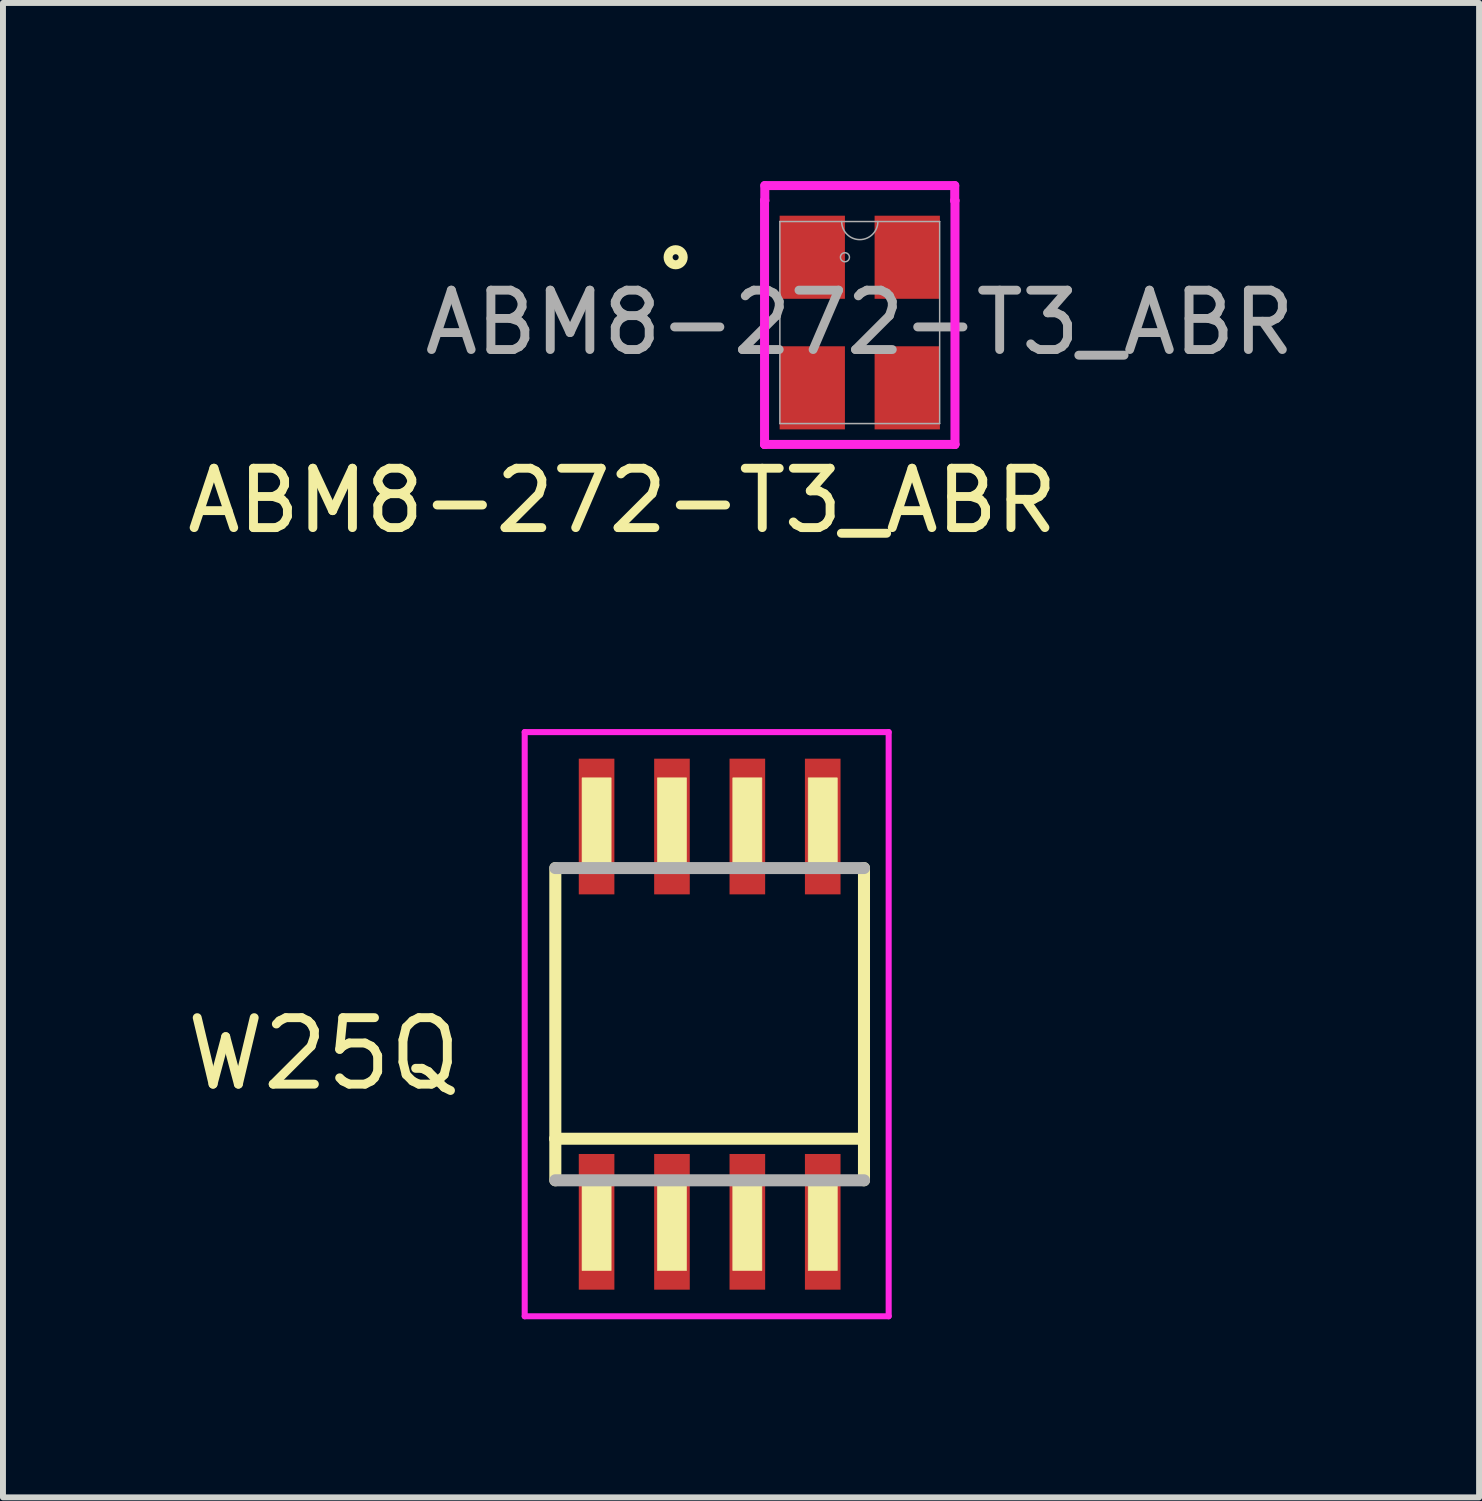
<source format=kicad_pcb>
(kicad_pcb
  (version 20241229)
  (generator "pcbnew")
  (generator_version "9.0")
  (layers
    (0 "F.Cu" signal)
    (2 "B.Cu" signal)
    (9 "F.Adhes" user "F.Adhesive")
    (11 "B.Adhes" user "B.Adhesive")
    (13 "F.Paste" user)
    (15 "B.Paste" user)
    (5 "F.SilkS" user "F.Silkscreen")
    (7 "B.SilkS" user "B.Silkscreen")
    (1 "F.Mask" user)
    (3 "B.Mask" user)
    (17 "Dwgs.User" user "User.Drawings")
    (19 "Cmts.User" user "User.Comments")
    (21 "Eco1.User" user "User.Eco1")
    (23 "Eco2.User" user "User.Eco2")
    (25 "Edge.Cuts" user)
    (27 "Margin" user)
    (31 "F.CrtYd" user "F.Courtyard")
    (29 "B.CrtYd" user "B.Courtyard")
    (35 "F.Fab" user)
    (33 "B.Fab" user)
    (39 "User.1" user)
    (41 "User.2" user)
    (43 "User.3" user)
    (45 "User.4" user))
  (footprint "W25Q"
    (layer "F.Cu")
    (at 8.906 14.205)
    (property "Reference" "W25Q" (at -6.5 0.5 180) (layer "F.SilkS") (effects (font (size 1.12 1.12) (thickness 0.15))))
    (attr smd)
    (fp_line (start -2.6 1.93) (end -2.6 -2.63) (stroke (width 0.203) (type solid)) (layer "F.SilkS"))
    (fp_line (start -2.6 2.63) (end -2.6 1.93) (stroke (width 0.203) (type solid)) (layer "F.SilkS"))
    (fp_line (start 2.6 -2.63) (end 2.6 1.93) (stroke (width 0.203) (type solid)) (layer "F.SilkS"))
    (fp_line (start 2.6 1.93) (end -2.6 1.93) (stroke (width 0.203) (type solid)) (layer "F.SilkS"))
    (fp_line (start 2.6 1.93) (end 2.6 2.63) (stroke (width 0.203) (type solid)) (layer "F.SilkS"))
    (fp_poly (pts (xy -2.15 -4.15) (xy -1.66 -4.15) (xy -1.66 -2.63) (xy -2.15 -2.63)) (stroke (width 0.01) (type solid)) (fill yes) (layer "F.SilkS"))
    (fp_poly (pts (xy -2.15 2.63) (xy -1.66 2.63) (xy -1.66 4.15) (xy -2.15 4.15)) (stroke (width 0.01) (type solid)) (fill yes) (layer "F.SilkS"))
    (fp_poly (pts (xy -0.88 -4.15) (xy -0.39 -4.15) (xy -0.39 -2.63) (xy -0.88 -2.63)) (stroke (width 0.01) (type solid)) (fill yes) (layer "F.SilkS"))
    (fp_poly (pts (xy -0.88 2.63) (xy -0.39 2.63) (xy -0.39 4.15) (xy -0.88 4.15)) (stroke (width 0.01) (type solid)) (fill yes) (layer "F.SilkS"))
    (fp_poly (pts (xy 0.39 -4.15) (xy 0.88 -4.15) (xy 0.88 -2.63) (xy 0.39 -2.63)) (stroke (width 0.01) (type solid)) (fill yes) (layer "F.SilkS"))
    (fp_poly (pts (xy 0.39 2.63) (xy 0.88 2.63) (xy 0.88 4.15) (xy 0.39 4.15)) (stroke (width 0.01) (type solid)) (fill yes) (layer "F.SilkS"))
    (fp_poly (pts (xy 1.66 -4.15) (xy 2.15 -4.15) (xy 2.15 -2.63) (xy 1.66 -2.63)) (stroke (width 0.01) (type solid)) (fill yes) (layer "F.SilkS"))
    (fp_poly (pts (xy 1.66 2.63) (xy 2.15 2.63) (xy 2.15 4.15) (xy 1.66 4.15)) (stroke (width 0.01) (type solid)) (fill yes) (layer "F.SilkS"))
    (fp_line (start -3.116 -4.921) (end -3.116 4.921) (stroke (width 0.102) (type solid)) (layer "F.CrtYd"))
    (fp_line (start -3.116 4.921) (end 3.016 4.921) (stroke (width 0.102) (type solid)) (layer "F.CrtYd"))
    (fp_line (start 3.016 -4.921) (end -3.116 -4.921) (stroke (width 0.102) (type solid)) (layer "F.CrtYd"))
    (fp_line (start 3.016 4.921) (end 3.016 -4.921) (stroke (width 0.102) (type solid)) (layer "F.CrtYd"))
    (fp_line (start -2.6 -2.63) (end 2.6 -2.63) (stroke (width 0.203) (type solid)) (layer "F.Fab"))
    (fp_line (start 2.6 2.63) (end -2.6 2.63) (stroke (width 0.203) (type solid)) (layer "F.Fab"))
    (pad "1" smd rect (at -1.905 3.33) (size 0.6 2.286) (layers "F.Cu" "F.Mask" "F.Paste"))
    (pad "2" smd rect (at -0.635 3.33) (size 0.6 2.286) (layers "F.Cu" "F.Mask" "F.Paste"))
    (pad "3" smd rect (at 0.635 3.33) (size 0.6 2.286) (layers "F.Cu" "F.Mask" "F.Paste"))
    (pad "4" smd rect (at 1.905 3.33) (size 0.6 2.286) (layers "F.Cu" "F.Mask" "F.Paste"))
    (pad "5" smd rect (at 1.905 -3.33) (size 0.6 2.286) (layers "F.Cu" "F.Mask" "F.Paste"))
    (pad "6" smd rect (at 0.635 -3.33) (size 0.6 2.286) (layers "F.Cu" "F.Mask" "F.Paste"))
    (pad "7" smd rect (at -0.635 -3.33) (size 0.6 2.286) (layers "F.Cu" "F.Mask" "F.Paste"))
    (pad "8" smd rect (at -1.905 -3.33) (size 0.6 2.286) (layers "F.Cu" "F.Mask" "F.Paste")))
  (footprint "ABM8-272-T3_ABR"
    (layer "F.Cu")
    (at 11.435 2.384)
    (property "Reference" "ABM8-272-T3_ABR" (at -4 3 0) (unlocked yes) (layer "F.SilkS") (effects (font (size 1 1) (thickness 0.15))))
    (attr smd)
    (fp_circle (center -3.102 -1.1) (end -2.975 -1.1) (stroke (width 0.152) (type solid)) (fill no) (layer "F.SilkS"))
    (fp_line (start -1.604 -2.054) (end -1.6 -2.054) (stroke (width 0.152) (type solid)) (layer "F.CrtYd"))
    (fp_line (start -1.604 2.054) (end -1.604 -2.054) (stroke (width 0.152) (type solid)) (layer "F.CrtYd"))
    (fp_line (start -1.604 2.054) (end -1.6 2.054) (stroke (width 0.152) (type solid)) (layer "F.CrtYd"))
    (fp_line (start -1.6 -2.308) (end 1.6 -2.308) (stroke (width 0.152) (type solid)) (layer "F.CrtYd"))
    (fp_line (start -1.6 -2.054) (end -1.6 -2.308) (stroke (width 0.152) (type solid)) (layer "F.CrtYd"))
    (fp_line (start -1.6 2.054) (end -1.6 2.054) (stroke (width 0.152) (type solid)) (layer "F.CrtYd"))
    (fp_line (start 1.6 -2.308) (end 1.6 -2.054) (stroke (width 0.152) (type solid)) (layer "F.CrtYd"))
    (fp_line (start 1.6 2.054) (end -1.6 2.054) (stroke (width 0.152) (type solid)) (layer "F.CrtYd"))
    (fp_line (start 1.6 2.054) (end 1.6 2.054) (stroke (width 0.152) (type solid)) (layer "F.CrtYd"))
    (fp_line (start 1.604 -2.054) (end 1.6 -2.054) (stroke (width 0.152) (type solid)) (layer "F.CrtYd"))
    (fp_line (start 1.604 -2.054) (end 1.604 2.054) (stroke (width 0.152) (type solid)) (layer "F.CrtYd"))
    (fp_line (start 1.604 2.054) (end 1.6 2.054) (stroke (width 0.152) (type solid)) (layer "F.CrtYd"))
    (fp_line (start -1.346 -1.702) (end -1.346 1.702) (stroke (width 0.025) (type solid)) (layer "F.Fab"))
    (fp_line (start -1.346 1.702) (end 1.346 1.702) (stroke (width 0.025) (type solid)) (layer "F.Fab"))
    (fp_line (start 1.346 -1.702) (end -1.346 -1.702) (stroke (width 0.025) (type solid)) (layer "F.Fab"))
    (fp_line (start 1.346 1.702) (end 1.346 -1.702) (stroke (width 0.025) (type solid)) (layer "F.Fab"))
    (fp_arc (start 0.3048 -1.7018) (mid 0 -1.397) (end -0.3048 -1.7018) (stroke (width 0.0254) (type solid)) (layer "F.Fab"))
    (fp_circle (center -0.25 -1.1) (end -0.174 -1.1) (stroke (width 0.025) (type solid)) (fill no) (layer "F.Fab"))
    (fp_text user "${REFERENCE}" (at 0 0 0) (unlocked yes) (layer "F.Fab") (effects (font (size 1 1) (thickness 0.15))))
    (pad "1" smd rect (at -0.8 -1.1) (size 1.1 1.4) (layers "F.Cu" "F.Mask" "F.Paste"))
    (pad "2" smd rect (at -0.8 1.1) (size 1.1 1.4) (layers "F.Cu" "F.Mask" "F.Paste"))
    (pad "3" smd rect (at 0.8 1.1) (size 1.1 1.4) (layers "F.Cu" "F.Mask" "F.Paste"))
    (pad "4" smd rect (at 0.8 -1.1) (size 1.1 1.4) (layers "F.Cu" "F.Mask" "F.Paste")))
  (gr_rect
    (start -3 -3)
    (end 21.869 22.177)
    (stroke (width 0.1) (type default))
    (fill no)
    (layer "Edge.Cuts")))
</source>
